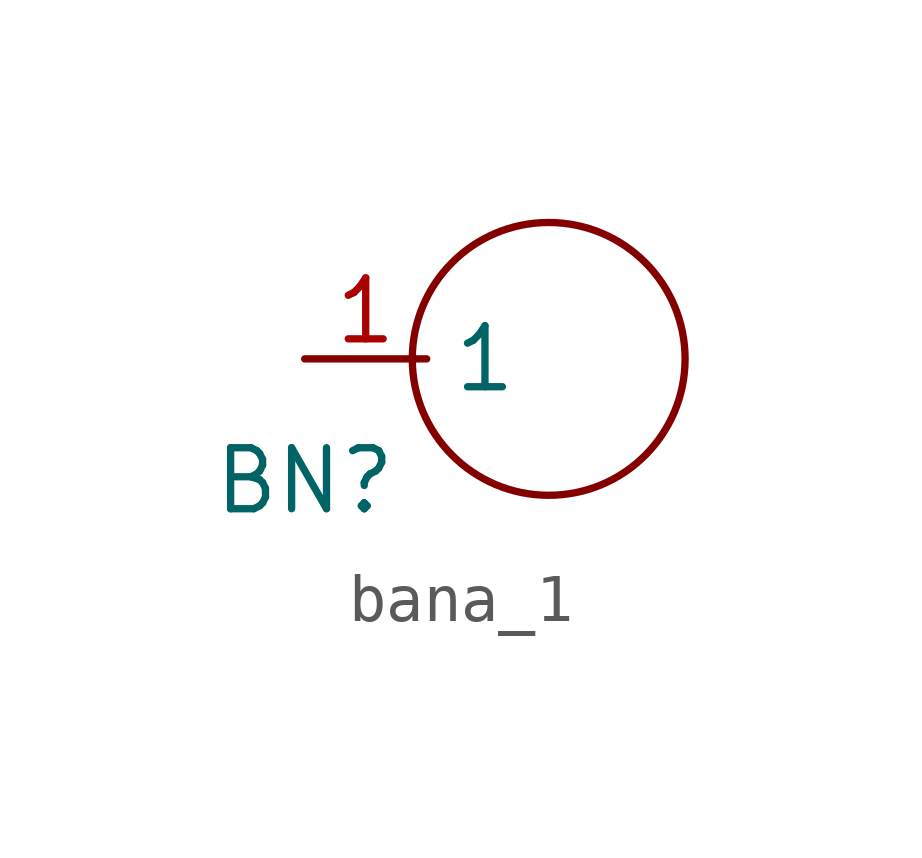
<source format=kicad_sym>
(kicad_symbol_lib
  (version 20211014)
  (generator kicad_symbol_editor)
  (symbol "bana_1"
    (property "Reference" "BN"
      (at 0 -1.27 0)
      (effects (font (size 1.27 1.27))))
    (symbol "bana_1_0_1"
      (circle (center 5.08 1.27) (radius 2.84) (stroke (width 0) (type default) (color 0 0 0 0)) (fill (type none))))
    (symbol "bana_1_1_1"
      (pin passive line (at 0 1.27 0) (length 2.54) (name "1" (effects (font (size 1.27 1.27)))) (number "1" (effects (font (size 1.27 1.27))))))))
</source>
